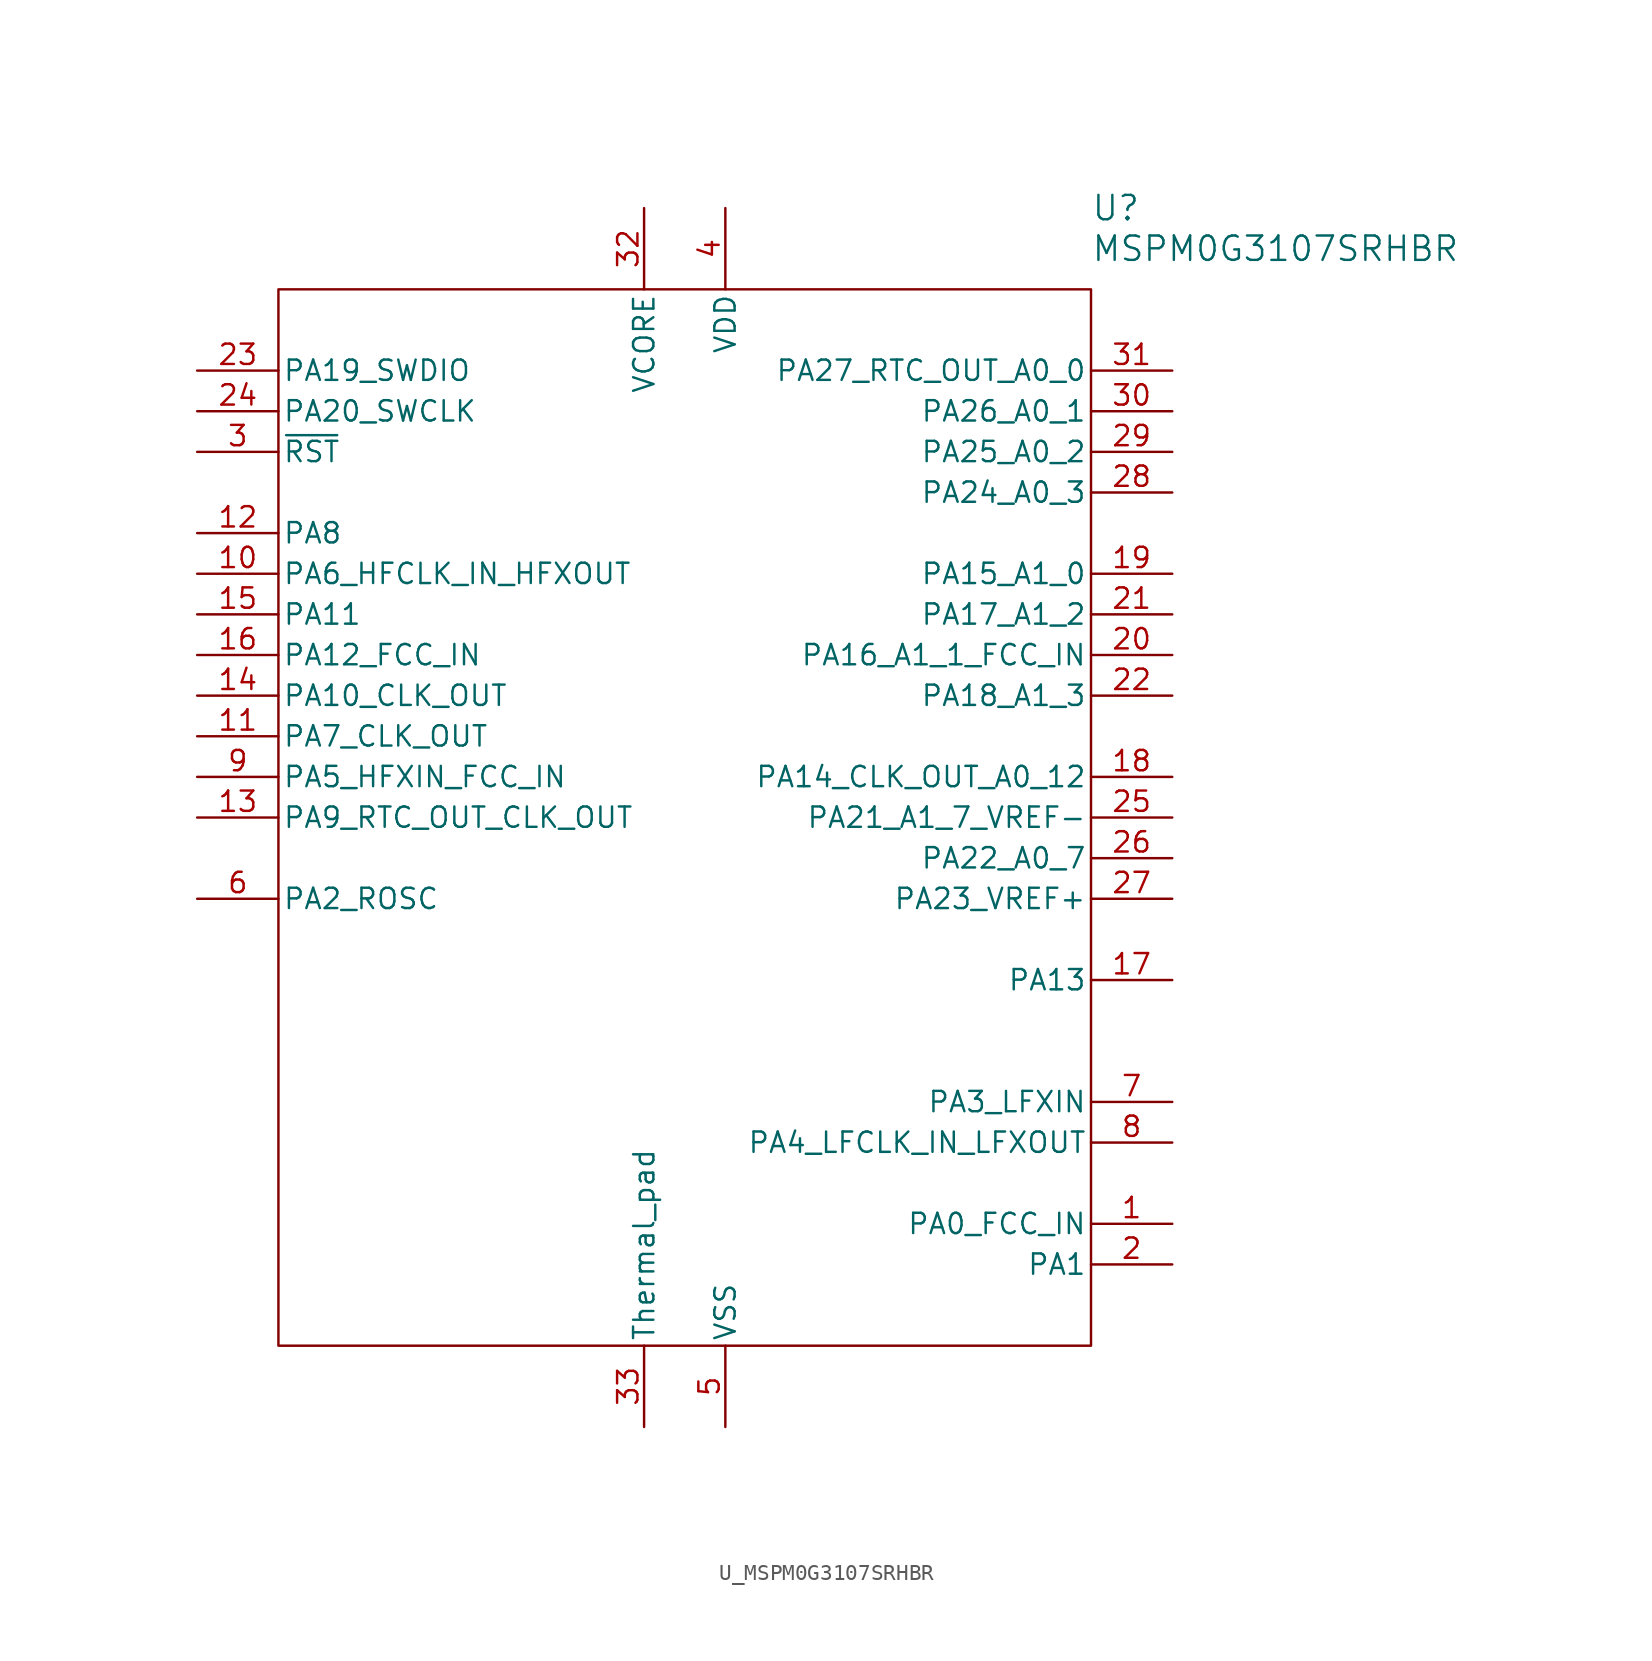
<source format=kicad_sym>
(kicad_symbol_lib
  (version 20231120)
  (generator "kicad_symbol_editor")
  (generator_version "8.0")
  (symbol "U_MSPM0G3107SRHBR"
    (pin_names
      (offset 0.254))
    (property "Reference" "U"
      (at 25.4 30.48 0)
      (effects (font (size 1.524 1.524)) (justify left)))
    (property "Value" "MSPM0G3107SRHBR"
      (at 25.4 27.94 0)
      (effects (font (size 1.524 1.524)) (justify left)))
    (symbol "U_MSPM0G3107SRHBR_0_1"
      (pin power_in line (at -2.54 30.48 270) (length 5.08) (name "VCORE" (effects (font (size 1.27 1.27)))) (number "32" (effects (font (size 1.27 1.27)))))
      (pin power_in line (at -2.54 -45.72 90) (length 5.08) (name "Thermal_pad" (effects (font (size 1.27 1.27)))) (number "33" (effects (font (size 1.27 1.27)))))
      (pin power_in line (at 2.54 30.48 270) (length 5.08) (name "VDD" (effects (font (size 1.27 1.27)))) (number "4" (effects (font (size 1.27 1.27)))))
      (pin power_in line (at 2.54 -45.72 90) (length 5.08) (name "VSS" (effects (font (size 1.27 1.27)))) (number "5" (effects (font (size 1.27 1.27))))))
    (symbol "U_MSPM0G3107SRHBR_1_1"
      (rectangle (start -25.4 25.4) (end 25.4 -40.64) (stroke (width 0) (type default)) (fill (type none)))
      (pin bidirectional line (at 30.48 -33.02 180) (length 5.08) (name "PA0_FCC_IN" (effects (font (size 1.27 1.27)))) (number "1" (effects (font (size 1.27 1.27)))) (alternate "FCC_IN" bidirectional line) (alternate "I2C0_SDA" bidirectional line) (alternate "TIMA0_C0" bidirectional line) (alternate "TIMA_FAL1" bidirectional line) (alternate "TIMG8_C1" bidirectional line) (alternate "UART0_TX" bidirectional line))
      (pin bidirectional line (at -30.48 7.62 0) (length 5.08) (name "PA6_HFCLK_IN_HFXOUT" (effects (font (size 1.27 1.27)))) (number "10" (effects (font (size 1.27 1.27)))) (alternate " TIMG6_C1" bidirectional line) (alternate "HFCLK_IN" bidirectional line) (alternate "SPI0_SCK" bidirectional line) (alternate "TIMA0_C2N" bidirectional line) (alternate "TIMA_FAL0" bidirectional line) (alternate "TIMG0_C1" bidirectional line) (alternate "TIMG8_C1 " bidirectional line))
      (pin bidirectional line (at -30.48 -2.54 0) (length 5.08) (name "PA7_CLK_OUT" (effects (font (size 1.27 1.27)))) (number "11" (effects (font (size 1.27 1.27)))) (alternate "CLK_OUT" bidirectional line) (alternate "TIMA0_C1" bidirectional line) (alternate "TIMA0_C2" bidirectional line) (alternate "TIMG7_C1" bidirectional line) (alternate "TIMG8_C0" bidirectional line) (alternate "TIMG8_IDX" bidirectional line))
      (pin bidirectional line (at -30.48 10.16 0) (length 5.08) (name "PA8" (effects (font (size 1.27 1.27)))) (number "12" (effects (font (size 1.27 1.27)))) (alternate "SPI0_CS0" bidirectional line) (alternate "TIMA0_C0" bidirectional line) (alternate "TIMA1_C0N" bidirectional line) (alternate "UART0_RTS" bidirectional line) (alternate "UART1_TX" bidirectional line))
      (pin bidirectional line (at -30.48 -7.62 0) (length 5.08) (name "PA9_RTC_OUT_CLK_OUT" (effects (font (size 1.27 1.27)))) (number "13" (effects (font (size 1.27 1.27)))) (alternate "CLK_OUT" bidirectional line) (alternate "RTC_OUT" bidirectional line) (alternate "SPI0_PICO" bidirectional line) (alternate "TIMA0_C0N" bidirectional line) (alternate "TIMA0_C1" bidirectional line) (alternate "TIMA1_C1N" bidirectional line) (alternate "UART0_CTS " bidirectional line) (alternate "UART1_RX" bidirectional line))
      (pin bidirectional line (at -30.48 0 0) (length 5.08) (name "PA10_CLK_OUT" (effects (font (size 1.27 1.27)))) (number "14" (effects (font (size 1.27 1.27)))) (alternate "CLK_OUT" bidirectional line) (alternate "I2C0_SDA" bidirectional line) (alternate "I2C1_SDA" bidirectional line) (alternate "SPI0_POCI" bidirectional line) (alternate "TIMA0_C2" bidirectional line) (alternate "TIMA1_C0" bidirectional line) (alternate "TIMG12_C0" bidirectional line) (alternate "UART0_TX" bidirectional line))
      (pin bidirectional line (at -30.48 5.08 0) (length 5.08) (name "PA11" (effects (font (size 1.27 1.27)))) (number "15" (effects (font (size 1.27 1.27)))) (alternate "I2C0_SCL" bidirectional line) (alternate "I2C1_SCL" bidirectional line) (alternate "SPI0_SCK" bidirectional line) (alternate "TIMA0_C2N" bidirectional line) (alternate "TIMA1_C1" bidirectional line) (alternate "UART0_RX" bidirectional line))
      (pin bidirectional line (at -30.48 2.54 0) (length 5.08) (name "PA12_FCC_IN" (effects (font (size 1.27 1.27)))) (number "16" (effects (font (size 1.27 1.27)))) (alternate "CAN_TX" bidirectional line) (alternate "FCC_IN" bidirectional line) (alternate "SPI0_SCK" bidirectional line) (alternate "TIMA0_C3" bidirectional line) (alternate "TIMG0_C0" bidirectional line) (alternate "UART3_CTS" bidirectional line))
      (pin bidirectional line (at 30.48 -17.78 180) (length 5.08) (name "PA13" (effects (font (size 1.27 1.27)))) (number "17" (effects (font (size 1.27 1.27)))) (alternate "CAN_RX" bidirectional line) (alternate "SPI0_POCI" bidirectional line) (alternate "TIMA0_C3N" bidirectional line) (alternate "TIMG0_C1" bidirectional line) (alternate "UART3_RTS" bidirectional line) (alternate "UART3_RX" bidirectional line))
      (pin bidirectional line (at 30.48 -5.08 180) (length 5.08) (name "PA14_CLK_OUT_A0_12" (effects (font (size 1.27 1.27)))) (number "18" (effects (font (size 1.27 1.27)))) (alternate "CLK_OUT" bidirectional line) (alternate "SPI0_PICO" bidirectional line) (alternate "TIMG12_C0" bidirectional line) (alternate "UART0_CTS" bidirectional line) (alternate "UART3_TX" bidirectional line))
      (pin bidirectional line (at 30.48 7.62 180) (length 5.08) (name "PA15_A1_0" (effects (font (size 1.27 1.27)))) (number "19" (effects (font (size 1.27 1.27)))) (alternate "I2C1_SCL" bidirectional line) (alternate "SPI1_CS2" bidirectional line) (alternate "TIMA0_C2" bidirectional line) (alternate "TIMA1_C0" bidirectional line) (alternate "TIMA1_C0N" bidirectional line) (alternate "TIMG8_IDX" bidirectional line) (alternate "UART0_RTS" bidirectional line))
      (pin bidirectional line (at 30.48 -35.56 180) (length 5.08) (name "PA1" (effects (font (size 1.27 1.27)))) (number "2" (effects (font (size 1.27 1.27)))) (alternate "I2C0_SCL" bidirectional line) (alternate "TIMA0_C1" bidirectional line) (alternate "TIMA_FAL2" bidirectional line) (alternate "TIMG8_C0" bidirectional line) (alternate "TIMG8_IDX" bidirectional line) (alternate "UART0_RX" bidirectional line))
      (pin bidirectional line (at 30.48 2.54 180) (length 5.08) (name "PA16_A1_1_FCC_IN" (effects (font (size 1.27 1.27)))) (number "20" (effects (font (size 1.27 1.27)))) (alternate "FCC_IN" bidirectional line) (alternate "I2C1_SDA" bidirectional line) (alternate "SPI1_POCI" bidirectional line) (alternate "TIMA0_C2N" bidirectional line) (alternate "TIMA1_C1" bidirectional line) (alternate "TIMA1_C1N" bidirectional line))
      (pin bidirectional line (at 30.48 5.08 180) (length 5.08) (name "PA17_A1_2" (effects (font (size 1.27 1.27)))) (number "21" (effects (font (size 1.27 1.27)))) (alternate "I2C1_SCL" bidirectional line) (alternate "SPI1_SCK" bidirectional line) (alternate "TIMA0_C3" bidirectional line) (alternate "TIMA1_C0" bidirectional line) (alternate "TIMG7_C0" bidirectional line) (alternate "UART1_TX" bidirectional line))
      (pin bidirectional line (at 30.48 0 180) (length 5.08) (name "PA18_A1_3" (effects (font (size 1.27 1.27)))) (number "22" (effects (font (size 1.27 1.27)))) (alternate "I2C1_SDA" bidirectional line) (alternate "SPI1_PICO" bidirectional line) (alternate "TIMA0_C3N" bidirectional line) (alternate "TIMA1_C1" bidirectional line) (alternate "TIMG7_C1" bidirectional line) (alternate "UART1_RX" bidirectional line))
      (pin bidirectional line (at -30.48 20.32 0) (length 5.08) (name "PA19_SWDIO" (effects (font (size 1.27 1.27)))) (number "23" (effects (font (size 1.27 1.27)))) (alternate "SWDIO" bidirectional line))
      (pin bidirectional line (at -30.48 17.78 0) (length 5.08) (name "PA20_SWCLK" (effects (font (size 1.27 1.27)))) (number "24" (effects (font (size 1.27 1.27)))) (alternate "SWCLK" bidirectional line))
      (pin bidirectional line (at 30.48 -7.62 180) (length 5.08) (name "PA21_A1_7_VREF-" (effects (font (size 1.27 1.27)))) (number "25" (effects (font (size 1.27 1.27)))) (alternate "TIMA0_C0" bidirectional line) (alternate "TIMG6_C0" bidirectional line) (alternate "TIMG8_C0" bidirectional line) (alternate "UART1_CTS" bidirectional line) (alternate "UART2_TX" bidirectional line))
      (pin bidirectional line (at 30.48 -10.16 180) (length 5.08) (name "PA22_A0_7" (effects (font (size 1.27 1.27)))) (number "26" (effects (font (size 1.27 1.27)))) (alternate "CLK_OUT" bidirectional line) (alternate "TIMA0_C0N" bidirectional line) (alternate "TIMA0_C1" bidirectional line) (alternate "TIMG6_C1" bidirectional line) (alternate "TIMG8_C1" bidirectional line) (alternate "UART1_RTS" bidirectional line) (alternate "UART2_RX" bidirectional line))
      (pin bidirectional line (at 30.48 -12.7 180) (length 5.08) (name "PA23_VREF+" (effects (font (size 1.27 1.27)))) (number "27" (effects (font (size 1.27 1.27)))) (alternate "SPI0_CS3" bidirectional line) (alternate "TIMA0_C3" bidirectional line) (alternate "TIMG0_C0" bidirectional line) (alternate "TIMG7_C0" bidirectional line) (alternate "TIMG8_C0" bidirectional line) (alternate "UART2_TX" bidirectional line) (alternate "UART3_CTS" bidirectional line))
      (pin bidirectional line (at 30.48 12.7 180) (length 5.08) (name "PA24_A0_3" (effects (font (size 1.27 1.27)))) (number "28" (effects (font (size 1.27 1.27)))) (alternate "SPI0_CS2" bidirectional line) (alternate "TIMA0_C3N" bidirectional line) (alternate "TIMA1_C1" bidirectional line) (alternate "TIMG0_C1" bidirectional line) (alternate "TIMG7_C1" bidirectional line) (alternate "UART2_RX" bidirectional line) (alternate "UART3_RTS" bidirectional line))
      (pin bidirectional line (at 30.48 15.24 180) (length 5.08) (name "PA25_A0_2" (effects (font (size 1.27 1.27)))) (number "29" (effects (font (size 1.27 1.27)))) (alternate "SPI1_CS3" bidirectional line) (alternate "TIMA0_C1N" bidirectional line) (alternate "TIMA0_C3" bidirectional line) (alternate "TIMG12_C1" bidirectional line) (alternate "UART3_RX" bidirectional line))
      (pin input line (at -30.48 15.24 0) (length 5.08) (name "~{RST}" (effects (font (size 1.27 1.27)))) (number "3" (effects (font (size 1.27 1.27)))))
      (pin bidirectional line (at 30.48 17.78 180) (length 5.08) (name "PA26_A0_1" (effects (font (size 1.27 1.27)))) (number "30" (effects (font (size 1.27 1.27)))) (alternate "CAN_TX" bidirectional line) (alternate "SPI1_CS0" bidirectional line) (alternate "TIMA_FAL0" bidirectional line) (alternate "TIMG7_C0" bidirectional line) (alternate "TIMG8_C0" bidirectional line) (alternate "UART3_TX" bidirectional line))
      (pin bidirectional line (at 30.48 20.32 180) (length 5.08) (name "PA27_RTC_OUT_A0_0" (effects (font (size 1.27 1.27)))) (number "31" (effects (font (size 1.27 1.27)))) (alternate "CAN_RX" bidirectional line) (alternate "RTC_OUT" bidirectional line) (alternate "SPI1_CS1" bidirectional line) (alternate "TIMA_FAL2" bidirectional line) (alternate "TIMG7_C1" bidirectional line) (alternate "TIMG8_C1" bidirectional line))
      (pin bidirectional line (at -30.48 -12.7 0) (length 5.08) (name "PA2_ROSC" (effects (font (size 1.27 1.27)))) (number "6" (effects (font (size 1.27 1.27)))) (alternate "SPI0_CS0" bidirectional line) (alternate "SPI1_CS0" bidirectional line) (alternate "TIMG7_C1" bidirectional line) (alternate "TIMG8_C1" bidirectional line))
      (pin bidirectional line (at 30.48 -25.4 180) (length 5.08) (name "PA3_LFXIN" (effects (font (size 1.27 1.27)))) (number "7" (effects (font (size 1.27 1.27)))) (alternate "I2C1_SDA" bidirectional line) (alternate "SPI0_CS1" bidirectional line) (alternate "TIMA0_C1" bidirectional line) (alternate "TIMA0_C2" bidirectional line) (alternate "TIMG7_C0" bidirectional line) (alternate "TIMG8_C0" bidirectional line) (alternate "UART2_CTS" bidirectional line))
      (pin bidirectional line (at 30.48 -27.94 180) (length 5.08) (name "PA4_LFCLK_IN_LFXOUT" (effects (font (size 1.27 1.27)))) (number "8" (effects (font (size 1.27 1.27)))) (alternate "I2C1_SCL" bidirectional line) (alternate "LFCLK_IN" bidirectional line) (alternate "SPI0_POCI" bidirectional line) (alternate "TIMA0_C1N" bidirectional line) (alternate "TIMA0_C3" bidirectional line) (alternate "TIMG7_C1" bidirectional line) (alternate "TIMG8_C1" bidirectional line) (alternate "UART2_RTS" bidirectional line))
      (pin bidirectional line (at -30.48 -5.08 0) (length 5.08) (name "PA5_HFXIN_FCC_IN" (effects (font (size 1.27 1.27)))) (number "9" (effects (font (size 1.27 1.27)))) (alternate " FCC_IN" bidirectional line) (alternate "SPI0_PICO" bidirectional line) (alternate "TIMA_FAL1" bidirectional line) (alternate "TIMG0_C0" bidirectional line) (alternate "TIMG6_C0" bidirectional line) (alternate "TIMG8_C0" bidirectional line)))))
</source>
